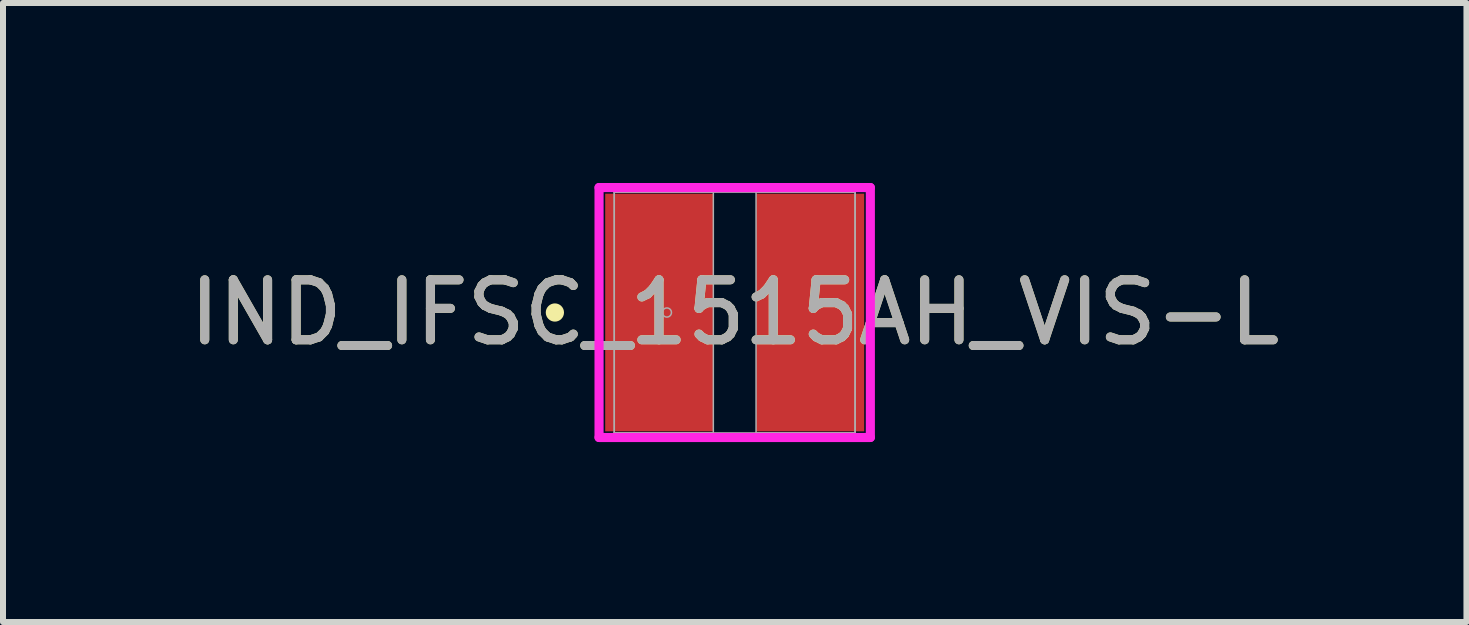
<source format=kicad_pcb>
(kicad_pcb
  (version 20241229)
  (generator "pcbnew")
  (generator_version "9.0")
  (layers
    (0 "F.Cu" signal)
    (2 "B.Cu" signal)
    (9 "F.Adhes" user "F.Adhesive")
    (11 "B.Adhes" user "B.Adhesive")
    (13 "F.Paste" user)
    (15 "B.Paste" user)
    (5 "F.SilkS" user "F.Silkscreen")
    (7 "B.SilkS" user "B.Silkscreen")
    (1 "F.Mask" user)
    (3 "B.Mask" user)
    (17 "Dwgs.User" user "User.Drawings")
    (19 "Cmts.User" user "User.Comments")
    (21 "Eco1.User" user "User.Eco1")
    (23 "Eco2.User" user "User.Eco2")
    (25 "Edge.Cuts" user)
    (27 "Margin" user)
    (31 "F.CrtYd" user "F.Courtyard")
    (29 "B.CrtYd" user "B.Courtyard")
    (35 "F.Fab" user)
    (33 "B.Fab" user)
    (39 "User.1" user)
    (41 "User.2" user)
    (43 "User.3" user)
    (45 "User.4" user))
  (footprint "IND_IFSC_1515AH_VIS-L"
    (layer "F.Cu")
    (at 9.196 2.159)
    (property "Reference" "IND_IFSC_1515AH_VIS-L" (at 0 0 0) (unlocked yes) (layer "F.SilkS") (effects (font (size 1 1) (thickness 0.15))))
    (attr smd)
    (fp_circle (center -2.997 0) (end -2.921 0) (stroke (width 0.152) (type solid)) (fill no) (layer "F.SilkS"))
    (fp_line (start -2.261 -2.083) (end 2.261 -2.083) (stroke (width 0.152) (type solid)) (layer "F.CrtYd"))
    (fp_line (start -2.261 2.083) (end -2.261 -2.083) (stroke (width 0.152) (type solid)) (layer "F.CrtYd"))
    (fp_line (start 2.261 -2.083) (end 2.261 2.083) (stroke (width 0.152) (type solid)) (layer "F.CrtYd"))
    (fp_line (start 2.261 2.083) (end -2.261 2.083) (stroke (width 0.152) (type solid)) (layer "F.CrtYd"))
    (fp_line (start -2.007 -2.007) (end -2.007 2.007) (stroke (width 0.025) (type solid)) (layer "F.Fab"))
    (fp_line (start -2.007 -2.007) (end -2.007 2.007) (stroke (width 0.025) (type solid)) (layer "F.Fab"))
    (fp_line (start -2.007 2.007) (end -0.356 2.007) (stroke (width 0.025) (type solid)) (layer "F.Fab"))
    (fp_line (start -2.007 2.007) (end 2.007 2.007) (stroke (width 0.025) (type solid)) (layer "F.Fab"))
    (fp_line (start -0.356 -2.007) (end -2.007 -2.007) (stroke (width 0.025) (type solid)) (layer "F.Fab"))
    (fp_line (start -0.356 2.007) (end -0.356 -2.007) (stroke (width 0.025) (type solid)) (layer "F.Fab"))
    (fp_line (start 0.356 -2.007) (end 0.356 2.007) (stroke (width 0.025) (type solid)) (layer "F.Fab"))
    (fp_line (start 0.356 2.007) (end 2.007 2.007) (stroke (width 0.025) (type solid)) (layer "F.Fab"))
    (fp_line (start 2.007 -2.007) (end -2.007 -2.007) (stroke (width 0.025) (type solid)) (layer "F.Fab"))
    (fp_line (start 2.007 -2.007) (end 0.356 -2.007) (stroke (width 0.025) (type solid)) (layer "F.Fab"))
    (fp_line (start 2.007 2.007) (end 2.007 -2.007) (stroke (width 0.025) (type solid)) (layer "F.Fab"))
    (fp_line (start 2.007 2.007) (end 2.007 -2.007) (stroke (width 0.025) (type solid)) (layer "F.Fab"))
    (fp_circle (center -1.13 0) (end -1.054 0) (stroke (width 0.025) (type solid)) (fill no) (layer "F.Fab"))
    (fp_text user "${REFERENCE}" (at 0 0 0) (unlocked yes) (layer "F.Fab") (effects (font (size 1 1) (thickness 0.15))))
    (pad "1" smd rect (at -1.257 0) (size 1.803 3.962) (layers "F.Cu" "F.Mask" "F.Paste"))
    (pad "2" smd rect (at 1.257 0) (size 1.803 3.962) (layers "F.Cu" "F.Mask" "F.Paste"))
    (zone (net_name "") (layer "F.Cu") (hatch full 0.508) (connect_pads) (min_thickness 0.254) (filled_areas_thickness no) (keepout (tracks not_allowed) (vias not_allowed) (pads allowed) (copperpour not_allowed) (footprints allowed)) (placement (enabled no)) (fill) (polygon (pts (xy 8.892 0.203) (xy 9.501 0.203) (xy 9.501 4.115) (xy 8.892 4.115)))))
  (gr_rect
    (start -3 -3)
    (end 21.393 7.318)
    (stroke (width 0.1) (type default))
    (fill no)
    (layer "Edge.Cuts")))
</source>
